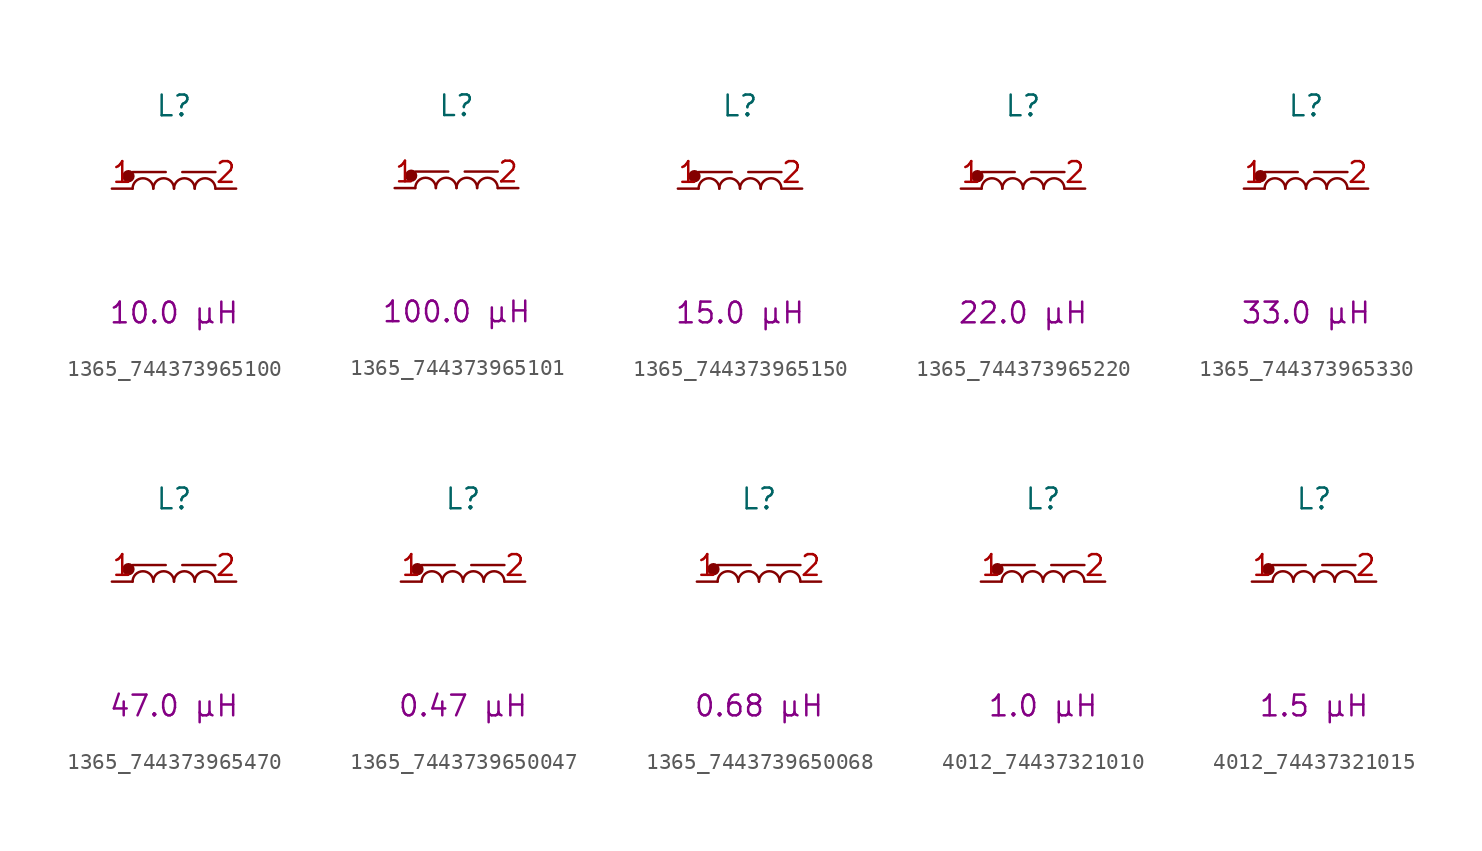
<source format=kicad_sym>
(kicad_symbol_lib
  (version 20220914)
  (generator kicad_symbol_editor)
  (symbol "1365_744373965100"
    (pin_names hide)
    (property "Reference" "L"
      (at 0 5.08 0)
      (effects (font (size 1.27 1.27))))
    (property "Critical Parameter" "10.0 µH"
      (at 0 -7.62 0)
      (effects (font (size 1.27 1.27))))
    (symbol "1365_744373965100_0_1"
      (arc (start -1.27 0) (mid -1.905 0.6323) (end -2.54 0) (stroke (width 0) (type default)) (fill (type none)))
      (arc (start 0 0) (mid -0.635 0.6323) (end -1.27 0) (stroke (width 0) (type default)) (fill (type none)))
      (polyline (pts (xy -2.54 1.016) (xy -0.508 1.016)) (stroke (width 0) (type default)) (fill (type none)))
      (arc (start 1.27 0) (mid 0.635 0.6323) (end 0 0) (stroke (width 0) (type default)) (fill (type none)))
      (arc (start 2.54 0) (mid 1.905 0.6323) (end 1.27 0) (stroke (width 0) (type default)) (fill (type none))))
    (symbol "1365_744373965100_1_1"
      (circle (center -2.794 0.762) (radius 0.0001) (stroke (width 0.381) (type default)) (fill (type none)))
      (polyline (pts (xy 2.54 1.016) (xy 0.508 1.016)) (stroke (width 0) (type default)) (fill (type none)))
      (pin passive line (at -3.81 0 0) (length 1.27) (name "1" (effects (font (size 1.27 1.27)))) (number "1" (effects (font (size 1.27 1.27)))))
      (pin passive line (at 3.81 0 180) (length 1.27) (name "2" (effects (font (size 1.27 1.27)))) (number "2" (effects (font (size 1.27 1.27)))))))
  (symbol "1365_744373965101"
    (pin_names hide)
    (property "Reference" "L"
      (at 0 5.08 0)
      (effects (font (size 1.27 1.27))))
    (property "Critical Parameter" "100.0 µH"
      (at 0 -7.62 0)
      (effects (font (size 1.27 1.27))))
    (symbol "1365_744373965101_0_1"
      (arc (start -1.27 0) (mid -1.905 0.6323) (end -2.54 0) (stroke (width 0) (type default)) (fill (type none)))
      (arc (start 0 0) (mid -0.635 0.6323) (end -1.27 0) (stroke (width 0) (type default)) (fill (type none)))
      (polyline (pts (xy -2.54 1.016) (xy -0.508 1.016)) (stroke (width 0) (type default)) (fill (type none)))
      (arc (start 1.27 0) (mid 0.635 0.6323) (end 0 0) (stroke (width 0) (type default)) (fill (type none)))
      (arc (start 2.54 0) (mid 1.905 0.6323) (end 1.27 0) (stroke (width 0) (type default)) (fill (type none))))
    (symbol "1365_744373965101_1_1"
      (circle (center -2.794 0.762) (radius 0.0001) (stroke (width 0.381) (type default)) (fill (type none)))
      (polyline (pts (xy 2.54 1.016) (xy 0.508 1.016)) (stroke (width 0) (type default)) (fill (type none)))
      (pin passive line (at -3.81 0 0) (length 1.27) (name "1" (effects (font (size 1.27 1.27)))) (number "1" (effects (font (size 1.27 1.27)))))
      (pin passive line (at 3.81 0 180) (length 1.27) (name "2" (effects (font (size 1.27 1.27)))) (number "2" (effects (font (size 1.27 1.27)))))))
  (symbol "1365_744373965150"
    (pin_names hide)
    (property "Reference" "L"
      (at 0 5.08 0)
      (effects (font (size 1.27 1.27))))
    (property "Critical Parameter" "15.0 µH"
      (at 0 -7.62 0)
      (effects (font (size 1.27 1.27))))
    (symbol "1365_744373965150_0_1"
      (arc (start -1.27 0) (mid -1.905 0.6323) (end -2.54 0) (stroke (width 0) (type default)) (fill (type none)))
      (arc (start 0 0) (mid -0.635 0.6323) (end -1.27 0) (stroke (width 0) (type default)) (fill (type none)))
      (polyline (pts (xy -2.54 1.016) (xy -0.508 1.016)) (stroke (width 0) (type default)) (fill (type none)))
      (arc (start 1.27 0) (mid 0.635 0.6323) (end 0 0) (stroke (width 0) (type default)) (fill (type none)))
      (arc (start 2.54 0) (mid 1.905 0.6323) (end 1.27 0) (stroke (width 0) (type default)) (fill (type none))))
    (symbol "1365_744373965150_1_1"
      (circle (center -2.794 0.762) (radius 0.0001) (stroke (width 0.381) (type default)) (fill (type none)))
      (polyline (pts (xy 2.54 1.016) (xy 0.508 1.016)) (stroke (width 0) (type default)) (fill (type none)))
      (pin passive line (at -3.81 0 0) (length 1.27) (name "1" (effects (font (size 1.27 1.27)))) (number "1" (effects (font (size 1.27 1.27)))))
      (pin passive line (at 3.81 0 180) (length 1.27) (name "2" (effects (font (size 1.27 1.27)))) (number "2" (effects (font (size 1.27 1.27)))))))
  (symbol "1365_744373965220"
    (pin_names hide)
    (property "Reference" "L"
      (at 0 5.08 0)
      (effects (font (size 1.27 1.27))))
    (property "Critical Parameter" "22.0 µH"
      (at 0 -7.62 0)
      (effects (font (size 1.27 1.27))))
    (symbol "1365_744373965220_0_1"
      (arc (start -1.27 0) (mid -1.905 0.6323) (end -2.54 0) (stroke (width 0) (type default)) (fill (type none)))
      (arc (start 0 0) (mid -0.635 0.6323) (end -1.27 0) (stroke (width 0) (type default)) (fill (type none)))
      (polyline (pts (xy -2.54 1.016) (xy -0.508 1.016)) (stroke (width 0) (type default)) (fill (type none)))
      (arc (start 1.27 0) (mid 0.635 0.6323) (end 0 0) (stroke (width 0) (type default)) (fill (type none)))
      (arc (start 2.54 0) (mid 1.905 0.6323) (end 1.27 0) (stroke (width 0) (type default)) (fill (type none))))
    (symbol "1365_744373965220_1_1"
      (circle (center -2.794 0.762) (radius 0.0001) (stroke (width 0.381) (type default)) (fill (type none)))
      (polyline (pts (xy 2.54 1.016) (xy 0.508 1.016)) (stroke (width 0) (type default)) (fill (type none)))
      (pin passive line (at -3.81 0 0) (length 1.27) (name "1" (effects (font (size 1.27 1.27)))) (number "1" (effects (font (size 1.27 1.27)))))
      (pin passive line (at 3.81 0 180) (length 1.27) (name "2" (effects (font (size 1.27 1.27)))) (number "2" (effects (font (size 1.27 1.27)))))))
  (symbol "1365_744373965330"
    (pin_names hide)
    (property "Reference" "L"
      (at 0 5.08 0)
      (effects (font (size 1.27 1.27))))
    (property "Critical Parameter" "33.0 µH"
      (at 0 -7.62 0)
      (effects (font (size 1.27 1.27))))
    (symbol "1365_744373965330_0_1"
      (arc (start -1.27 0) (mid -1.905 0.6323) (end -2.54 0) (stroke (width 0) (type default)) (fill (type none)))
      (arc (start 0 0) (mid -0.635 0.6323) (end -1.27 0) (stroke (width 0) (type default)) (fill (type none)))
      (polyline (pts (xy -2.54 1.016) (xy -0.508 1.016)) (stroke (width 0) (type default)) (fill (type none)))
      (arc (start 1.27 0) (mid 0.635 0.6323) (end 0 0) (stroke (width 0) (type default)) (fill (type none)))
      (arc (start 2.54 0) (mid 1.905 0.6323) (end 1.27 0) (stroke (width 0) (type default)) (fill (type none))))
    (symbol "1365_744373965330_1_1"
      (circle (center -2.794 0.762) (radius 0.0001) (stroke (width 0.381) (type default)) (fill (type none)))
      (polyline (pts (xy 2.54 1.016) (xy 0.508 1.016)) (stroke (width 0) (type default)) (fill (type none)))
      (pin passive line (at -3.81 0 0) (length 1.27) (name "1" (effects (font (size 1.27 1.27)))) (number "1" (effects (font (size 1.27 1.27)))))
      (pin passive line (at 3.81 0 180) (length 1.27) (name "2" (effects (font (size 1.27 1.27)))) (number "2" (effects (font (size 1.27 1.27)))))))
  (symbol "1365_744373965470"
    (pin_names hide)
    (property "Reference" "L"
      (at 0 5.08 0)
      (effects (font (size 1.27 1.27))))
    (property "Critical Parameter" "47.0 µH"
      (at 0 -7.62 0)
      (effects (font (size 1.27 1.27))))
    (symbol "1365_744373965470_0_1"
      (arc (start -1.27 0) (mid -1.905 0.6323) (end -2.54 0) (stroke (width 0) (type default)) (fill (type none)))
      (arc (start 0 0) (mid -0.635 0.6323) (end -1.27 0) (stroke (width 0) (type default)) (fill (type none)))
      (polyline (pts (xy -2.54 1.016) (xy -0.508 1.016)) (stroke (width 0) (type default)) (fill (type none)))
      (arc (start 1.27 0) (mid 0.635 0.6323) (end 0 0) (stroke (width 0) (type default)) (fill (type none)))
      (arc (start 2.54 0) (mid 1.905 0.6323) (end 1.27 0) (stroke (width 0) (type default)) (fill (type none))))
    (symbol "1365_744373965470_1_1"
      (circle (center -2.794 0.762) (radius 0.0001) (stroke (width 0.381) (type default)) (fill (type none)))
      (polyline (pts (xy 2.54 1.016) (xy 0.508 1.016)) (stroke (width 0) (type default)) (fill (type none)))
      (pin passive line (at -3.81 0 0) (length 1.27) (name "1" (effects (font (size 1.27 1.27)))) (number "1" (effects (font (size 1.27 1.27)))))
      (pin passive line (at 3.81 0 180) (length 1.27) (name "2" (effects (font (size 1.27 1.27)))) (number "2" (effects (font (size 1.27 1.27)))))))
  (symbol "1365_7443739650047"
    (pin_names hide)
    (property "Reference" "L"
      (at 0 5.08 0)
      (effects (font (size 1.27 1.27))))
    (property "Critical Parameter" "0.47 µH"
      (at 0 -7.62 0)
      (effects (font (size 1.27 1.27))))
    (symbol "1365_7443739650047_0_1"
      (arc (start -1.27 0) (mid -1.905 0.6323) (end -2.54 0) (stroke (width 0) (type default)) (fill (type none)))
      (arc (start 0 0) (mid -0.635 0.6323) (end -1.27 0) (stroke (width 0) (type default)) (fill (type none)))
      (polyline (pts (xy -2.54 1.016) (xy -0.508 1.016)) (stroke (width 0) (type default)) (fill (type none)))
      (arc (start 1.27 0) (mid 0.635 0.6323) (end 0 0) (stroke (width 0) (type default)) (fill (type none)))
      (arc (start 2.54 0) (mid 1.905 0.6323) (end 1.27 0) (stroke (width 0) (type default)) (fill (type none))))
    (symbol "1365_7443739650047_1_1"
      (circle (center -2.794 0.762) (radius 0.0001) (stroke (width 0.381) (type default)) (fill (type none)))
      (polyline (pts (xy 2.54 1.016) (xy 0.508 1.016)) (stroke (width 0) (type default)) (fill (type none)))
      (pin passive line (at -3.81 0 0) (length 1.27) (name "1" (effects (font (size 1.27 1.27)))) (number "1" (effects (font (size 1.27 1.27)))))
      (pin passive line (at 3.81 0 180) (length 1.27) (name "2" (effects (font (size 1.27 1.27)))) (number "2" (effects (font (size 1.27 1.27)))))))
  (symbol "1365_7443739650068"
    (pin_names hide)
    (property "Reference" "L"
      (at 0 5.08 0)
      (effects (font (size 1.27 1.27))))
    (property "Critical Parameter" "0.68 µH"
      (at 0 -7.62 0)
      (effects (font (size 1.27 1.27))))
    (symbol "1365_7443739650068_0_1"
      (arc (start -1.27 0) (mid -1.905 0.6323) (end -2.54 0) (stroke (width 0) (type default)) (fill (type none)))
      (arc (start 0 0) (mid -0.635 0.6323) (end -1.27 0) (stroke (width 0) (type default)) (fill (type none)))
      (polyline (pts (xy -2.54 1.016) (xy -0.508 1.016)) (stroke (width 0) (type default)) (fill (type none)))
      (arc (start 1.27 0) (mid 0.635 0.6323) (end 0 0) (stroke (width 0) (type default)) (fill (type none)))
      (arc (start 2.54 0) (mid 1.905 0.6323) (end 1.27 0) (stroke (width 0) (type default)) (fill (type none))))
    (symbol "1365_7443739650068_1_1"
      (circle (center -2.794 0.762) (radius 0.0001) (stroke (width 0.381) (type default)) (fill (type none)))
      (polyline (pts (xy 2.54 1.016) (xy 0.508 1.016)) (stroke (width 0) (type default)) (fill (type none)))
      (pin passive line (at -3.81 0 0) (length 1.27) (name "1" (effects (font (size 1.27 1.27)))) (number "1" (effects (font (size 1.27 1.27)))))
      (pin passive line (at 3.81 0 180) (length 1.27) (name "2" (effects (font (size 1.27 1.27)))) (number "2" (effects (font (size 1.27 1.27)))))))
  (symbol "4012_74437321010"
    (pin_names hide)
    (property "Reference" "L"
      (at 0 5.08 0)
      (effects (font (size 1.27 1.27))))
    (property "Critical Parameter" "1.0 µH"
      (at 0 -7.62 0)
      (effects (font (size 1.27 1.27))))
    (symbol "4012_74437321010_0_1"
      (arc (start -1.27 0) (mid -1.905 0.6323) (end -2.54 0) (stroke (width 0) (type default)) (fill (type none)))
      (arc (start 0 0) (mid -0.635 0.6323) (end -1.27 0) (stroke (width 0) (type default)) (fill (type none)))
      (polyline (pts (xy -2.54 1.016) (xy -0.508 1.016)) (stroke (width 0) (type default)) (fill (type none)))
      (arc (start 1.27 0) (mid 0.635 0.6323) (end 0 0) (stroke (width 0) (type default)) (fill (type none)))
      (arc (start 2.54 0) (mid 1.905 0.6323) (end 1.27 0) (stroke (width 0) (type default)) (fill (type none))))
    (symbol "4012_74437321010_1_1"
      (circle (center -2.794 0.762) (radius 0.0001) (stroke (width 0.381) (type default)) (fill (type none)))
      (polyline (pts (xy 2.54 1.016) (xy 0.508 1.016)) (stroke (width 0) (type default)) (fill (type none)))
      (pin passive line (at -3.81 0 0) (length 1.27) (name "1" (effects (font (size 1.27 1.27)))) (number "1" (effects (font (size 1.27 1.27)))))
      (pin passive line (at 3.81 0 180) (length 1.27) (name "2" (effects (font (size 1.27 1.27)))) (number "2" (effects (font (size 1.27 1.27)))))))
  (symbol "4012_74437321015"
    (pin_names hide)
    (property "Reference" "L"
      (at 0 5.08 0)
      (effects (font (size 1.27 1.27))))
    (property "Critical Parameter" "1.5 µH"
      (at 0 -7.62 0)
      (effects (font (size 1.27 1.27))))
    (symbol "4012_74437321015_0_1"
      (arc (start -1.27 0) (mid -1.905 0.6323) (end -2.54 0) (stroke (width 0) (type default)) (fill (type none)))
      (arc (start 0 0) (mid -0.635 0.6323) (end -1.27 0) (stroke (width 0) (type default)) (fill (type none)))
      (polyline (pts (xy -2.54 1.016) (xy -0.508 1.016)) (stroke (width 0) (type default)) (fill (type none)))
      (arc (start 1.27 0) (mid 0.635 0.6323) (end 0 0) (stroke (width 0) (type default)) (fill (type none)))
      (arc (start 2.54 0) (mid 1.905 0.6323) (end 1.27 0) (stroke (width 0) (type default)) (fill (type none))))
    (symbol "4012_74437321015_1_1"
      (circle (center -2.794 0.762) (radius 0.0001) (stroke (width 0.381) (type default)) (fill (type none)))
      (polyline (pts (xy 2.54 1.016) (xy 0.508 1.016)) (stroke (width 0) (type default)) (fill (type none)))
      (pin passive line (at -3.81 0 0) (length 1.27) (name "1" (effects (font (size 1.27 1.27)))) (number "1" (effects (font (size 1.27 1.27)))))
      (pin passive line (at 3.81 0 180) (length 1.27) (name "2" (effects (font (size 1.27 1.27)))) (number "2" (effects (font (size 1.27 1.27))))))))
</source>
